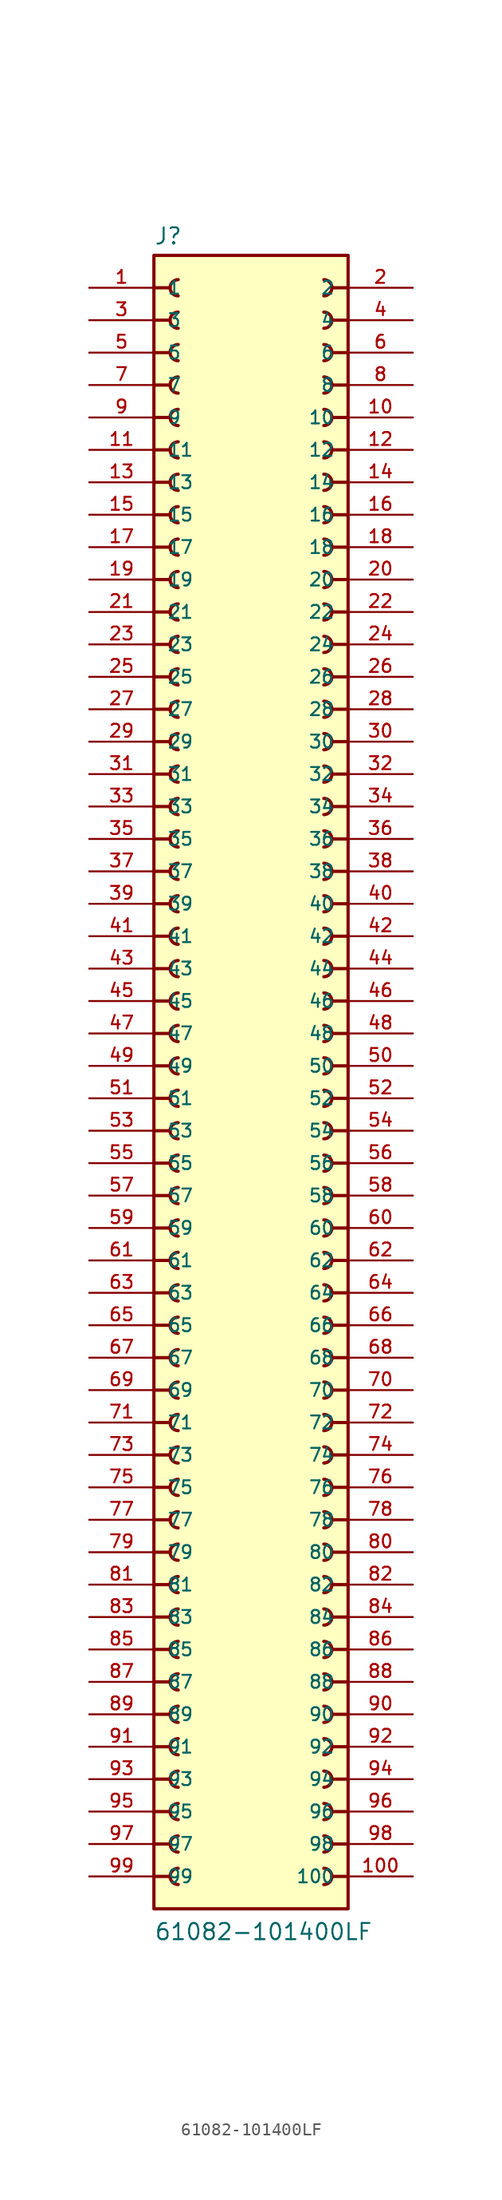
<source format=kicad_sym>
(kicad_symbol_lib
  (version 20241209)
  (generator "kicad_symbol_editor")
  (generator_version "9.0")
  (symbol "61082-101400LF"
    (pin_names
      (offset 1.016))
    (property "Reference" "J"
      (at -7.62 66.802 0)
      (effects (font (size 1.27 1.27)) (justify left bottom)))
    (property "Value" "61082-101400LF"
      (at -7.62 -66.04 0)
      (effects (font (size 1.27 1.27)) (justify left bottom)))
    (symbol "61082-101400LF_0_0"
      (polyline (pts (xy -7.62 63.5) (xy -6.35 63.5)) (stroke (width 0.254) (type default)) (fill (type none)))
      (polyline (pts (xy -7.62 60.96) (xy -6.35 60.96)) (stroke (width 0.254) (type default)) (fill (type none)))
      (polyline (pts (xy -7.62 58.42) (xy -6.35 58.42)) (stroke (width 0.254) (type default)) (fill (type none)))
      (polyline (pts (xy -7.62 55.88) (xy -6.35 55.88)) (stroke (width 0.254) (type default)) (fill (type none)))
      (polyline (pts (xy -7.62 53.34) (xy -6.35 53.34)) (stroke (width 0.254) (type default)) (fill (type none)))
      (polyline (pts (xy -7.62 50.8) (xy -6.35 50.8)) (stroke (width 0.254) (type default)) (fill (type none)))
      (polyline (pts (xy -7.62 48.26) (xy -6.35 48.26)) (stroke (width 0.254) (type default)) (fill (type none)))
      (polyline (pts (xy -7.62 45.72) (xy -6.35 45.72)) (stroke (width 0.254) (type default)) (fill (type none)))
      (polyline (pts (xy -7.62 43.18) (xy -6.35 43.18)) (stroke (width 0.254) (type default)) (fill (type none)))
      (polyline (pts (xy -7.62 40.64) (xy -6.35 40.64)) (stroke (width 0.254) (type default)) (fill (type none)))
      (polyline (pts (xy -7.62 38.1) (xy -6.35 38.1)) (stroke (width 0.254) (type default)) (fill (type none)))
      (polyline (pts (xy -7.62 35.56) (xy -6.35 35.56)) (stroke (width 0.254) (type default)) (fill (type none)))
      (polyline (pts (xy -7.62 33.02) (xy -6.35 33.02)) (stroke (width 0.254) (type default)) (fill (type none)))
      (polyline (pts (xy -7.62 30.48) (xy -6.35 30.48)) (stroke (width 0.254) (type default)) (fill (type none)))
      (polyline (pts (xy -7.62 27.94) (xy -6.35 27.94)) (stroke (width 0.254) (type default)) (fill (type none)))
      (polyline (pts (xy -7.62 25.4) (xy -6.35 25.4)) (stroke (width 0.254) (type default)) (fill (type none)))
      (polyline (pts (xy -7.62 22.86) (xy -6.35 22.86)) (stroke (width 0.254) (type default)) (fill (type none)))
      (polyline (pts (xy -7.62 20.32) (xy -6.35 20.32)) (stroke (width 0.254) (type default)) (fill (type none)))
      (polyline (pts (xy -7.62 17.78) (xy -6.35 17.78)) (stroke (width 0.254) (type default)) (fill (type none)))
      (polyline (pts (xy -7.62 15.24) (xy -6.35 15.24)) (stroke (width 0.254) (type default)) (fill (type none)))
      (polyline (pts (xy -7.62 12.7) (xy -6.35 12.7)) (stroke (width 0.254) (type default)) (fill (type none)))
      (polyline (pts (xy -7.62 10.16) (xy -6.35 10.16)) (stroke (width 0.254) (type default)) (fill (type none)))
      (polyline (pts (xy -7.62 7.62) (xy -6.35 7.62)) (stroke (width 0.254) (type default)) (fill (type none)))
      (polyline (pts (xy -7.62 5.08) (xy -6.35 5.08)) (stroke (width 0.254) (type default)) (fill (type none)))
      (polyline (pts (xy -7.62 2.54) (xy -6.35 2.54)) (stroke (width 0.254) (type default)) (fill (type none)))
      (polyline (pts (xy -7.62 0) (xy -6.35 0)) (stroke (width 0.254) (type default)) (fill (type none)))
      (polyline (pts (xy -7.62 -2.54) (xy -6.35 -2.54)) (stroke (width 0.254) (type default)) (fill (type none)))
      (polyline (pts (xy -7.62 -5.08) (xy -6.35 -5.08)) (stroke (width 0.254) (type default)) (fill (type none)))
      (polyline (pts (xy -7.62 -7.62) (xy -6.35 -7.62)) (stroke (width 0.254) (type default)) (fill (type none)))
      (polyline (pts (xy -7.62 -10.16) (xy -6.35 -10.16)) (stroke (width 0.254) (type default)) (fill (type none)))
      (polyline (pts (xy -7.62 -12.7) (xy -6.35 -12.7)) (stroke (width 0.254) (type default)) (fill (type none)))
      (polyline (pts (xy -7.62 -15.24) (xy -6.35 -15.24)) (stroke (width 0.254) (type default)) (fill (type none)))
      (polyline (pts (xy -7.62 -17.78) (xy -6.35 -17.78)) (stroke (width 0.254) (type default)) (fill (type none)))
      (polyline (pts (xy -7.62 -20.32) (xy -6.35 -20.32)) (stroke (width 0.254) (type default)) (fill (type none)))
      (polyline (pts (xy -7.62 -22.86) (xy -6.35 -22.86)) (stroke (width 0.254) (type default)) (fill (type none)))
      (polyline (pts (xy -7.62 -25.4) (xy -6.35 -25.4)) (stroke (width 0.254) (type default)) (fill (type none)))
      (polyline (pts (xy -7.62 -27.94) (xy -6.35 -27.94)) (stroke (width 0.254) (type default)) (fill (type none)))
      (polyline (pts (xy -7.62 -30.48) (xy -6.35 -30.48)) (stroke (width 0.254) (type default)) (fill (type none)))
      (polyline (pts (xy -7.62 -33.02) (xy -6.35 -33.02)) (stroke (width 0.254) (type default)) (fill (type none)))
      (polyline (pts (xy -7.62 -35.56) (xy -6.35 -35.56)) (stroke (width 0.254) (type default)) (fill (type none)))
      (polyline (pts (xy -7.62 -38.1) (xy -6.35 -38.1)) (stroke (width 0.254) (type default)) (fill (type none)))
      (polyline (pts (xy -7.62 -40.64) (xy -6.35 -40.64)) (stroke (width 0.254) (type default)) (fill (type none)))
      (polyline (pts (xy -7.62 -43.18) (xy -6.35 -43.18)) (stroke (width 0.254) (type default)) (fill (type none)))
      (polyline (pts (xy -7.62 -45.72) (xy -6.35 -45.72)) (stroke (width 0.254) (type default)) (fill (type none)))
      (polyline (pts (xy -7.62 -48.26) (xy -6.35 -48.26)) (stroke (width 0.254) (type default)) (fill (type none)))
      (polyline (pts (xy -7.62 -50.8) (xy -6.35 -50.8)) (stroke (width 0.254) (type default)) (fill (type none)))
      (polyline (pts (xy -7.62 -53.34) (xy -6.35 -53.34)) (stroke (width 0.254) (type default)) (fill (type none)))
      (polyline (pts (xy -7.62 -55.88) (xy -6.35 -55.88)) (stroke (width 0.254) (type default)) (fill (type none)))
      (polyline (pts (xy -7.62 -58.42) (xy -6.35 -58.42)) (stroke (width 0.254) (type default)) (fill (type none)))
      (polyline (pts (xy -7.62 -60.96) (xy -6.35 -60.96)) (stroke (width 0.254) (type default)) (fill (type none)))
      (rectangle (start -7.62 -63.5) (end 7.62 66.04) (stroke (width 0.254) (type default)) (fill (type background)))
      (arc (start -6.35 -35.56) (mid -6.164 -35.111) (end -5.715 -34.925) (stroke (width 0.254) (type default)) (fill (type none)))
      (arc (start -5.715 -36.195) (mid -6.164 -36.009) (end -6.35 -35.56) (stroke (width 0.254) (type default)) (fill (type none)))
      (arc (start -6.35 -60.96) (mid -6.164 -60.511) (end -5.715 -60.325) (stroke (width 0.254) (type default)) (fill (type none)))
      (arc (start -5.715 -61.595) (mid -6.164 -61.409) (end -6.35 -60.96) (stroke (width 0.254) (type default)) (fill (type none)))
      (arc (start -5.715 62.865) (mid -6.3472 63.5) (end -5.715 64.135) (stroke (width 0.254) (type default)) (fill (type none)))
      (arc (start -5.715 60.325) (mid -6.3472 60.96) (end -5.715 61.595) (stroke (width 0.254) (type default)) (fill (type none)))
      (arc (start -5.715 57.785) (mid -6.3472 58.42) (end -5.715 59.055) (stroke (width 0.254) (type default)) (fill (type none)))
      (arc (start -5.715 55.245) (mid -6.3472 55.88) (end -5.715 56.515) (stroke (width 0.254) (type default)) (fill (type none)))
      (arc (start -5.715 52.705) (mid -6.3472 53.34) (end -5.715 53.975) (stroke (width 0.254) (type default)) (fill (type none)))
      (arc (start -5.715 50.165) (mid -6.3472 50.8) (end -5.715 51.435) (stroke (width 0.254) (type default)) (fill (type none)))
      (arc (start -5.715 47.625) (mid -6.3472 48.26) (end -5.715 48.895) (stroke (width 0.254) (type default)) (fill (type none)))
      (arc (start -5.715 45.085) (mid -6.3472 45.72) (end -5.715 46.355) (stroke (width 0.254) (type default)) (fill (type none)))
      (arc (start -5.715 42.545) (mid -6.3472 43.18) (end -5.715 43.815) (stroke (width 0.254) (type default)) (fill (type none)))
      (arc (start -5.715 40.005) (mid -6.3472 40.64) (end -5.715 41.275) (stroke (width 0.254) (type default)) (fill (type none)))
      (arc (start -5.715 37.465) (mid -6.3472 38.1) (end -5.715 38.735) (stroke (width 0.254) (type default)) (fill (type none)))
      (arc (start -5.715 34.925) (mid -6.3472 35.56) (end -5.715 36.195) (stroke (width 0.254) (type default)) (fill (type none)))
      (arc (start -5.715 32.385) (mid -6.3472 33.02) (end -5.715 33.655) (stroke (width 0.254) (type default)) (fill (type none)))
      (arc (start -5.715 29.845) (mid -6.3472 30.48) (end -5.715 31.115) (stroke (width 0.254) (type default)) (fill (type none)))
      (arc (start -5.715 27.305) (mid -6.3472 27.94) (end -5.715 28.575) (stroke (width 0.254) (type default)) (fill (type none)))
      (arc (start -5.715 24.765) (mid -6.3472 25.4) (end -5.715 26.035) (stroke (width 0.254) (type default)) (fill (type none)))
      (arc (start -5.715 22.225) (mid -6.3472 22.86) (end -5.715 23.495) (stroke (width 0.254) (type default)) (fill (type none)))
      (arc (start -5.715 19.685) (mid -6.3472 20.32) (end -5.715 20.955) (stroke (width 0.254) (type default)) (fill (type none)))
      (arc (start -5.715 17.145) (mid -6.3472 17.78) (end -5.715 18.415) (stroke (width 0.254) (type default)) (fill (type none)))
      (arc (start -5.715 14.605) (mid -6.3472 15.24) (end -5.715 15.875) (stroke (width 0.254) (type default)) (fill (type none)))
      (arc (start -5.715 12.065) (mid -6.3472 12.7) (end -5.715 13.335) (stroke (width 0.254) (type default)) (fill (type none)))
      (arc (start -5.715 9.525) (mid -6.3472 10.16) (end -5.715 10.795) (stroke (width 0.254) (type default)) (fill (type none)))
      (arc (start -5.715 6.985) (mid -6.3472 7.62) (end -5.715 8.255) (stroke (width 0.254) (type default)) (fill (type none)))
      (arc (start -5.715 4.445) (mid -6.3472 5.08) (end -5.715 5.715) (stroke (width 0.254) (type default)) (fill (type none)))
      (arc (start -5.715 1.905) (mid -6.3472 2.54) (end -5.715 3.175) (stroke (width 0.254) (type default)) (fill (type none)))
      (arc (start -5.715 -0.635) (mid -6.3472 0) (end -5.715 0.635) (stroke (width 0.254) (type default)) (fill (type none)))
      (arc (start -5.715 -3.175) (mid -6.3472 -2.54) (end -5.715 -1.905) (stroke (width 0.254) (type default)) (fill (type none)))
      (arc (start -5.715 -5.715) (mid -6.3472 -5.08) (end -5.715 -4.445) (stroke (width 0.254) (type default)) (fill (type none)))
      (arc (start -5.715 -8.255) (mid -6.3472 -7.62) (end -5.715 -6.985) (stroke (width 0.254) (type default)) (fill (type none)))
      (arc (start -5.715 -10.795) (mid -6.3472 -10.16) (end -5.715 -9.525) (stroke (width 0.254) (type default)) (fill (type none)))
      (arc (start -5.715 -13.335) (mid -6.3472 -12.7) (end -5.715 -12.065) (stroke (width 0.254) (type default)) (fill (type none)))
      (arc (start -5.715 -15.875) (mid -6.3472 -15.24) (end -5.715 -14.605) (stroke (width 0.254) (type default)) (fill (type none)))
      (arc (start -5.715 -18.415) (mid -6.3472 -17.78) (end -5.715 -17.145) (stroke (width 0.254) (type default)) (fill (type none)))
      (arc (start -5.715 -20.955) (mid -6.3472 -20.32) (end -5.715 -19.685) (stroke (width 0.254) (type default)) (fill (type none)))
      (arc (start -5.715 -23.495) (mid -6.3472 -22.86) (end -5.715 -22.225) (stroke (width 0.254) (type default)) (fill (type none)))
      (arc (start -5.715 -26.035) (mid -6.3472 -25.4) (end -5.715 -24.765) (stroke (width 0.254) (type default)) (fill (type none)))
      (arc (start -5.715 -28.575) (mid -6.3472 -27.94) (end -5.715 -27.305) (stroke (width 0.254) (type default)) (fill (type none)))
      (arc (start -5.715 -31.115) (mid -6.3472 -30.48) (end -5.715 -29.845) (stroke (width 0.254) (type default)) (fill (type none)))
      (arc (start -5.715 -33.655) (mid -6.3472 -33.02) (end -5.715 -32.385) (stroke (width 0.254) (type default)) (fill (type none)))
      (arc (start -5.715 -38.735) (mid -6.3472 -38.1) (end -5.715 -37.465) (stroke (width 0.254) (type default)) (fill (type none)))
      (arc (start -5.715 -41.275) (mid -6.3472 -40.64) (end -5.715 -40.005) (stroke (width 0.254) (type default)) (fill (type none)))
      (arc (start -5.715 -43.815) (mid -6.3472 -43.18) (end -5.715 -42.545) (stroke (width 0.254) (type default)) (fill (type none)))
      (arc (start -5.715 -46.355) (mid -6.3472 -45.72) (end -5.715 -45.085) (stroke (width 0.254) (type default)) (fill (type none)))
      (arc (start -5.715 -48.895) (mid -6.3472 -48.26) (end -5.715 -47.625) (stroke (width 0.254) (type default)) (fill (type none)))
      (arc (start -5.715 -51.435) (mid -6.3472 -50.8) (end -5.715 -50.165) (stroke (width 0.254) (type default)) (fill (type none)))
      (arc (start -5.715 -53.975) (mid -6.3472 -53.34) (end -5.715 -52.705) (stroke (width 0.254) (type default)) (fill (type none)))
      (arc (start -5.715 -56.515) (mid -6.3472 -55.88) (end -5.715 -55.245) (stroke (width 0.254) (type default)) (fill (type none)))
      (arc (start -5.715 -59.055) (mid -6.3472 -58.42) (end -5.715 -57.785) (stroke (width 0.254) (type default)) (fill (type none)))
      (arc (start 5.715 64.135) (mid 6.3472 63.5) (end 5.715 62.865) (stroke (width 0.254) (type default)) (fill (type none)))
      (arc (start 5.715 61.595) (mid 6.3472 60.96) (end 5.715 60.325) (stroke (width 0.254) (type default)) (fill (type none)))
      (arc (start 5.715 59.055) (mid 6.3472 58.42) (end 5.715 57.785) (stroke (width 0.254) (type default)) (fill (type none)))
      (arc (start 5.715 56.515) (mid 6.3472 55.88) (end 5.715 55.245) (stroke (width 0.254) (type default)) (fill (type none)))
      (arc (start 5.715 53.975) (mid 6.3472 53.34) (end 5.715 52.705) (stroke (width 0.254) (type default)) (fill (type none)))
      (arc (start 5.715 51.435) (mid 6.3472 50.8) (end 5.715 50.165) (stroke (width 0.254) (type default)) (fill (type none)))
      (arc (start 5.715 48.895) (mid 6.3472 48.26) (end 5.715 47.625) (stroke (width 0.254) (type default)) (fill (type none)))
      (arc (start 5.715 46.355) (mid 6.3472 45.72) (end 5.715 45.085) (stroke (width 0.254) (type default)) (fill (type none)))
      (arc (start 5.715 43.815) (mid 6.3472 43.18) (end 5.715 42.545) (stroke (width 0.254) (type default)) (fill (type none)))
      (arc (start 5.715 41.275) (mid 6.3472 40.64) (end 5.715 40.005) (stroke (width 0.254) (type default)) (fill (type none)))
      (arc (start 5.715 38.735) (mid 6.3472 38.1) (end 5.715 37.465) (stroke (width 0.254) (type default)) (fill (type none)))
      (arc (start 5.715 36.195) (mid 6.3472 35.56) (end 5.715 34.925) (stroke (width 0.254) (type default)) (fill (type none)))
      (arc (start 5.715 33.655) (mid 6.3472 33.02) (end 5.715 32.385) (stroke (width 0.254) (type default)) (fill (type none)))
      (arc (start 5.715 31.115) (mid 6.3472 30.48) (end 5.715 29.845) (stroke (width 0.254) (type default)) (fill (type none)))
      (arc (start 5.715 28.575) (mid 6.3472 27.94) (end 5.715 27.305) (stroke (width 0.254) (type default)) (fill (type none)))
      (arc (start 5.715 26.035) (mid 6.3472 25.4) (end 5.715 24.765) (stroke (width 0.254) (type default)) (fill (type none)))
      (arc (start 5.715 23.495) (mid 6.3472 22.86) (end 5.715 22.225) (stroke (width 0.254) (type default)) (fill (type none)))
      (arc (start 5.715 20.955) (mid 6.3472 20.32) (end 5.715 19.685) (stroke (width 0.254) (type default)) (fill (type none)))
      (arc (start 5.715 18.415) (mid 6.3472 17.78) (end 5.715 17.145) (stroke (width 0.254) (type default)) (fill (type none)))
      (arc (start 5.715 15.875) (mid 6.3472 15.24) (end 5.715 14.605) (stroke (width 0.254) (type default)) (fill (type none)))
      (arc (start 5.715 13.335) (mid 6.3472 12.7) (end 5.715 12.065) (stroke (width 0.254) (type default)) (fill (type none)))
      (arc (start 5.715 10.795) (mid 6.3472 10.16) (end 5.715 9.525) (stroke (width 0.254) (type default)) (fill (type none)))
      (arc (start 5.715 8.255) (mid 6.3472 7.62) (end 5.715 6.985) (stroke (width 0.254) (type default)) (fill (type none)))
      (arc (start 5.715 5.715) (mid 6.3472 5.08) (end 5.715 4.445) (stroke (width 0.254) (type default)) (fill (type none)))
      (arc (start 5.715 3.175) (mid 6.3472 2.54) (end 5.715 1.905) (stroke (width 0.254) (type default)) (fill (type none)))
      (arc (start 5.715 0.635) (mid 6.3472 0) (end 5.715 -0.635) (stroke (width 0.254) (type default)) (fill (type none)))
      (arc (start 5.715 -1.905) (mid 6.3472 -2.54) (end 5.715 -3.175) (stroke (width 0.254) (type default)) (fill (type none)))
      (arc (start 5.715 -4.445) (mid 6.3472 -5.08) (end 5.715 -5.715) (stroke (width 0.254) (type default)) (fill (type none)))
      (arc (start 5.715 -6.985) (mid 6.3472 -7.62) (end 5.715 -8.255) (stroke (width 0.254) (type default)) (fill (type none)))
      (arc (start 5.715 -9.525) (mid 6.3472 -10.16) (end 5.715 -10.795) (stroke (width 0.254) (type default)) (fill (type none)))
      (arc (start 5.715 -12.065) (mid 6.3472 -12.7) (end 5.715 -13.335) (stroke (width 0.254) (type default)) (fill (type none)))
      (arc (start 5.715 -14.605) (mid 6.3472 -15.24) (end 5.715 -15.875) (stroke (width 0.254) (type default)) (fill (type none)))
      (arc (start 5.715 -17.145) (mid 6.3472 -17.78) (end 5.715 -18.415) (stroke (width 0.254) (type default)) (fill (type none)))
      (arc (start 5.715 -19.685) (mid 6.3472 -20.32) (end 5.715 -20.955) (stroke (width 0.254) (type default)) (fill (type none)))
      (arc (start 5.715 -22.225) (mid 6.3472 -22.86) (end 5.715 -23.495) (stroke (width 0.254) (type default)) (fill (type none)))
      (arc (start 5.715 -24.765) (mid 6.3472 -25.4) (end 5.715 -26.035) (stroke (width 0.254) (type default)) (fill (type none)))
      (arc (start 5.715 -27.305) (mid 6.3472 -27.94) (end 5.715 -28.575) (stroke (width 0.254) (type default)) (fill (type none)))
      (arc (start 5.715 -29.845) (mid 6.3472 -30.48) (end 5.715 -31.115) (stroke (width 0.254) (type default)) (fill (type none)))
      (arc (start 5.715 -32.385) (mid 6.3472 -33.02) (end 5.715 -33.655) (stroke (width 0.254) (type default)) (fill (type none)))
      (arc (start 5.715 -37.465) (mid 6.3472 -38.1) (end 5.715 -38.735) (stroke (width 0.254) (type default)) (fill (type none)))
      (arc (start 5.715 -40.005) (mid 6.3472 -40.64) (end 5.715 -41.275) (stroke (width 0.254) (type default)) (fill (type none)))
      (arc (start 5.715 -42.545) (mid 6.3472 -43.18) (end 5.715 -43.815) (stroke (width 0.254) (type default)) (fill (type none)))
      (arc (start 5.715 -45.085) (mid 6.3472 -45.72) (end 5.715 -46.355) (stroke (width 0.254) (type default)) (fill (type none)))
      (arc (start 5.715 -47.625) (mid 6.3472 -48.26) (end 5.715 -48.895) (stroke (width 0.254) (type default)) (fill (type none)))
      (arc (start 5.715 -50.165) (mid 6.3472 -50.8) (end 5.715 -51.435) (stroke (width 0.254) (type default)) (fill (type none)))
      (arc (start 5.715 -52.705) (mid 6.3472 -53.34) (end 5.715 -53.975) (stroke (width 0.254) (type default)) (fill (type none)))
      (arc (start 5.715 -55.245) (mid 6.3472 -55.88) (end 5.715 -56.515) (stroke (width 0.254) (type default)) (fill (type none)))
      (arc (start 5.715 -57.785) (mid 6.3472 -58.42) (end 5.715 -59.055) (stroke (width 0.254) (type default)) (fill (type none)))
      (arc (start 5.715 -34.925) (mid 6.164 -35.111) (end 6.35 -35.56) (stroke (width 0.254) (type default)) (fill (type none)))
      (arc (start 6.35 -35.56) (mid 6.164 -36.009) (end 5.715 -36.195) (stroke (width 0.254) (type default)) (fill (type none)))
      (arc (start 5.715 -60.325) (mid 6.164 -60.511) (end 6.35 -60.96) (stroke (width 0.254) (type default)) (fill (type none)))
      (arc (start 6.35 -60.96) (mid 6.164 -61.409) (end 5.715 -61.595) (stroke (width 0.254) (type default)) (fill (type none)))
      (polyline (pts (xy 7.62 63.5) (xy 6.35 63.5)) (stroke (width 0.254) (type default)) (fill (type none)))
      (polyline (pts (xy 7.62 60.96) (xy 6.35 60.96)) (stroke (width 0.254) (type default)) (fill (type none)))
      (polyline (pts (xy 7.62 58.42) (xy 6.35 58.42)) (stroke (width 0.254) (type default)) (fill (type none)))
      (polyline (pts (xy 7.62 55.88) (xy 6.35 55.88)) (stroke (width 0.254) (type default)) (fill (type none)))
      (polyline (pts (xy 7.62 53.34) (xy 6.35 53.34)) (stroke (width 0.254) (type default)) (fill (type none)))
      (polyline (pts (xy 7.62 50.8) (xy 6.35 50.8)) (stroke (width 0.254) (type default)) (fill (type none)))
      (polyline (pts (xy 7.62 48.26) (xy 6.35 48.26)) (stroke (width 0.254) (type default)) (fill (type none)))
      (polyline (pts (xy 7.62 45.72) (xy 6.35 45.72)) (stroke (width 0.254) (type default)) (fill (type none)))
      (polyline (pts (xy 7.62 43.18) (xy 6.35 43.18)) (stroke (width 0.254) (type default)) (fill (type none)))
      (polyline (pts (xy 7.62 40.64) (xy 6.35 40.64)) (stroke (width 0.254) (type default)) (fill (type none)))
      (polyline (pts (xy 7.62 38.1) (xy 6.35 38.1)) (stroke (width 0.254) (type default)) (fill (type none)))
      (polyline (pts (xy 7.62 35.56) (xy 6.35 35.56)) (stroke (width 0.254) (type default)) (fill (type none)))
      (polyline (pts (xy 7.62 33.02) (xy 6.35 33.02)) (stroke (width 0.254) (type default)) (fill (type none)))
      (polyline (pts (xy 7.62 30.48) (xy 6.35 30.48)) (stroke (width 0.254) (type default)) (fill (type none)))
      (polyline (pts (xy 7.62 27.94) (xy 6.35 27.94)) (stroke (width 0.254) (type default)) (fill (type none)))
      (polyline (pts (xy 7.62 25.4) (xy 6.35 25.4)) (stroke (width 0.254) (type default)) (fill (type none)))
      (polyline (pts (xy 7.62 22.86) (xy 6.35 22.86)) (stroke (width 0.254) (type default)) (fill (type none)))
      (polyline (pts (xy 7.62 20.32) (xy 6.35 20.32)) (stroke (width 0.254) (type default)) (fill (type none)))
      (polyline (pts (xy 7.62 17.78) (xy 6.35 17.78)) (stroke (width 0.254) (type default)) (fill (type none)))
      (polyline (pts (xy 7.62 15.24) (xy 6.35 15.24)) (stroke (width 0.254) (type default)) (fill (type none)))
      (polyline (pts (xy 7.62 12.7) (xy 6.35 12.7)) (stroke (width 0.254) (type default)) (fill (type none)))
      (polyline (pts (xy 7.62 10.16) (xy 6.35 10.16)) (stroke (width 0.254) (type default)) (fill (type none)))
      (polyline (pts (xy 7.62 7.62) (xy 6.35 7.62)) (stroke (width 0.254) (type default)) (fill (type none)))
      (polyline (pts (xy 7.62 5.08) (xy 6.35 5.08)) (stroke (width 0.254) (type default)) (fill (type none)))
      (polyline (pts (xy 7.62 2.54) (xy 6.35 2.54)) (stroke (width 0.254) (type default)) (fill (type none)))
      (polyline (pts (xy 7.62 0) (xy 6.35 0)) (stroke (width 0.254) (type default)) (fill (type none)))
      (polyline (pts (xy 7.62 -2.54) (xy 6.35 -2.54)) (stroke (width 0.254) (type default)) (fill (type none)))
      (polyline (pts (xy 7.62 -5.08) (xy 6.35 -5.08)) (stroke (width 0.254) (type default)) (fill (type none)))
      (polyline (pts (xy 7.62 -7.62) (xy 6.35 -7.62)) (stroke (width 0.254) (type default)) (fill (type none)))
      (polyline (pts (xy 7.62 -10.16) (xy 6.35 -10.16)) (stroke (width 0.254) (type default)) (fill (type none)))
      (polyline (pts (xy 7.62 -12.7) (xy 6.35 -12.7)) (stroke (width 0.254) (type default)) (fill (type none)))
      (polyline (pts (xy 7.62 -15.24) (xy 6.35 -15.24)) (stroke (width 0.254) (type default)) (fill (type none)))
      (polyline (pts (xy 7.62 -17.78) (xy 6.35 -17.78)) (stroke (width 0.254) (type default)) (fill (type none)))
      (polyline (pts (xy 7.62 -20.32) (xy 6.35 -20.32)) (stroke (width 0.254) (type default)) (fill (type none)))
      (polyline (pts (xy 7.62 -22.86) (xy 6.35 -22.86)) (stroke (width 0.254) (type default)) (fill (type none)))
      (polyline (pts (xy 7.62 -25.4) (xy 6.35 -25.4)) (stroke (width 0.254) (type default)) (fill (type none)))
      (polyline (pts (xy 7.62 -27.94) (xy 6.35 -27.94)) (stroke (width 0.254) (type default)) (fill (type none)))
      (polyline (pts (xy 7.62 -30.48) (xy 6.35 -30.48)) (stroke (width 0.254) (type default)) (fill (type none)))
      (polyline (pts (xy 7.62 -33.02) (xy 6.35 -33.02)) (stroke (width 0.254) (type default)) (fill (type none)))
      (polyline (pts (xy 7.62 -35.56) (xy 6.35 -35.56)) (stroke (width 0.254) (type default)) (fill (type none)))
      (polyline (pts (xy 7.62 -38.1) (xy 6.35 -38.1)) (stroke (width 0.254) (type default)) (fill (type none)))
      (polyline (pts (xy 7.62 -40.64) (xy 6.35 -40.64)) (stroke (width 0.254) (type default)) (fill (type none)))
      (polyline (pts (xy 7.62 -43.18) (xy 6.35 -43.18)) (stroke (width 0.254) (type default)) (fill (type none)))
      (polyline (pts (xy 7.62 -45.72) (xy 6.35 -45.72)) (stroke (width 0.254) (type default)) (fill (type none)))
      (polyline (pts (xy 7.62 -48.26) (xy 6.35 -48.26)) (stroke (width 0.254) (type default)) (fill (type none)))
      (polyline (pts (xy 7.62 -50.8) (xy 6.35 -50.8)) (stroke (width 0.254) (type default)) (fill (type none)))
      (polyline (pts (xy 7.62 -53.34) (xy 6.35 -53.34)) (stroke (width 0.254) (type default)) (fill (type none)))
      (polyline (pts (xy 7.62 -55.88) (xy 6.35 -55.88)) (stroke (width 0.254) (type default)) (fill (type none)))
      (polyline (pts (xy 7.62 -58.42) (xy 6.35 -58.42)) (stroke (width 0.254) (type default)) (fill (type none)))
      (polyline (pts (xy 7.62 -60.96) (xy 6.35 -60.96)) (stroke (width 0.254) (type default)) (fill (type none)))
      (pin passive line (at -12.7 63.5 0) (length 5.08) (name "1" (effects (font (size 1.016 1.016)))) (number "1" (effects (font (size 1.016 1.016)))))
      (pin passive line (at -12.7 60.96 0) (length 5.08) (name "3" (effects (font (size 1.016 1.016)))) (number "3" (effects (font (size 1.016 1.016)))))
      (pin passive line (at -12.7 58.42 0) (length 5.08) (name "5" (effects (font (size 1.016 1.016)))) (number "5" (effects (font (size 1.016 1.016)))))
      (pin passive line (at -12.7 55.88 0) (length 5.08) (name "7" (effects (font (size 1.016 1.016)))) (number "7" (effects (font (size 1.016 1.016)))))
      (pin passive line (at -12.7 53.34 0) (length 5.08) (name "9" (effects (font (size 1.016 1.016)))) (number "9" (effects (font (size 1.016 1.016)))))
      (pin passive line (at -12.7 50.8 0) (length 5.08) (name "11" (effects (font (size 1.016 1.016)))) (number "11" (effects (font (size 1.016 1.016)))))
      (pin passive line (at -12.7 48.26 0) (length 5.08) (name "13" (effects (font (size 1.016 1.016)))) (number "13" (effects (font (size 1.016 1.016)))))
      (pin passive line (at -12.7 45.72 0) (length 5.08) (name "15" (effects (font (size 1.016 1.016)))) (number "15" (effects (font (size 1.016 1.016)))))
      (pin passive line (at -12.7 43.18 0) (length 5.08) (name "17" (effects (font (size 1.016 1.016)))) (number "17" (effects (font (size 1.016 1.016)))))
      (pin passive line (at -12.7 40.64 0) (length 5.08) (name "19" (effects (font (size 1.016 1.016)))) (number "19" (effects (font (size 1.016 1.016)))))
      (pin passive line (at -12.7 38.1 0) (length 5.08) (name "21" (effects (font (size 1.016 1.016)))) (number "21" (effects (font (size 1.016 1.016)))))
      (pin passive line (at -12.7 35.56 0) (length 5.08) (name "23" (effects (font (size 1.016 1.016)))) (number "23" (effects (font (size 1.016 1.016)))))
      (pin passive line (at -12.7 33.02 0) (length 5.08) (name "25" (effects (font (size 1.016 1.016)))) (number "25" (effects (font (size 1.016 1.016)))))
      (pin passive line (at -12.7 30.48 0) (length 5.08) (name "27" (effects (font (size 1.016 1.016)))) (number "27" (effects (font (size 1.016 1.016)))))
      (pin passive line (at -12.7 27.94 0) (length 5.08) (name "29" (effects (font (size 1.016 1.016)))) (number "29" (effects (font (size 1.016 1.016)))))
      (pin passive line (at -12.7 25.4 0) (length 5.08) (name "31" (effects (font (size 1.016 1.016)))) (number "31" (effects (font (size 1.016 1.016)))))
      (pin passive line (at -12.7 22.86 0) (length 5.08) (name "33" (effects (font (size 1.016 1.016)))) (number "33" (effects (font (size 1.016 1.016)))))
      (pin passive line (at -12.7 20.32 0) (length 5.08) (name "35" (effects (font (size 1.016 1.016)))) (number "35" (effects (font (size 1.016 1.016)))))
      (pin passive line (at -12.7 17.78 0) (length 5.08) (name "37" (effects (font (size 1.016 1.016)))) (number "37" (effects (font (size 1.016 1.016)))))
      (pin passive line (at -12.7 15.24 0) (length 5.08) (name "39" (effects (font (size 1.016 1.016)))) (number "39" (effects (font (size 1.016 1.016)))))
      (pin passive line (at -12.7 12.7 0) (length 5.08) (name "41" (effects (font (size 1.016 1.016)))) (number "41" (effects (font (size 1.016 1.016)))))
      (pin passive line (at -12.7 10.16 0) (length 5.08) (name "43" (effects (font (size 1.016 1.016)))) (number "43" (effects (font (size 1.016 1.016)))))
      (pin passive line (at -12.7 7.62 0) (length 5.08) (name "45" (effects (font (size 1.016 1.016)))) (number "45" (effects (font (size 1.016 1.016)))))
      (pin passive line (at -12.7 5.08 0) (length 5.08) (name "47" (effects (font (size 1.016 1.016)))) (number "47" (effects (font (size 1.016 1.016)))))
      (pin passive line (at -12.7 2.54 0) (length 5.08) (name "49" (effects (font (size 1.016 1.016)))) (number "49" (effects (font (size 1.016 1.016)))))
      (pin passive line (at -12.7 0 0) (length 5.08) (name "51" (effects (font (size 1.016 1.016)))) (number "51" (effects (font (size 1.016 1.016)))))
      (pin passive line (at -12.7 -2.54 0) (length 5.08) (name "53" (effects (font (size 1.016 1.016)))) (number "53" (effects (font (size 1.016 1.016)))))
      (pin passive line (at -12.7 -5.08 0) (length 5.08) (name "55" (effects (font (size 1.016 1.016)))) (number "55" (effects (font (size 1.016 1.016)))))
      (pin passive line (at -12.7 -7.62 0) (length 5.08) (name "57" (effects (font (size 1.016 1.016)))) (number "57" (effects (font (size 1.016 1.016)))))
      (pin passive line (at -12.7 -10.16 0) (length 5.08) (name "59" (effects (font (size 1.016 1.016)))) (number "59" (effects (font (size 1.016 1.016)))))
      (pin passive line (at -12.7 -12.7 0) (length 5.08) (name "61" (effects (font (size 1.016 1.016)))) (number "61" (effects (font (size 1.016 1.016)))))
      (pin passive line (at -12.7 -15.24 0) (length 5.08) (name "63" (effects (font (size 1.016 1.016)))) (number "63" (effects (font (size 1.016 1.016)))))
      (pin passive line (at -12.7 -17.78 0) (length 5.08) (name "65" (effects (font (size 1.016 1.016)))) (number "65" (effects (font (size 1.016 1.016)))))
      (pin passive line (at -12.7 -20.32 0) (length 5.08) (name "67" (effects (font (size 1.016 1.016)))) (number "67" (effects (font (size 1.016 1.016)))))
      (pin passive line (at -12.7 -22.86 0) (length 5.08) (name "69" (effects (font (size 1.016 1.016)))) (number "69" (effects (font (size 1.016 1.016)))))
      (pin passive line (at -12.7 -25.4 0) (length 5.08) (name "71" (effects (font (size 1.016 1.016)))) (number "71" (effects (font (size 1.016 1.016)))))
      (pin passive line (at -12.7 -27.94 0) (length 5.08) (name "73" (effects (font (size 1.016 1.016)))) (number "73" (effects (font (size 1.016 1.016)))))
      (pin passive line (at -12.7 -30.48 0) (length 5.08) (name "75" (effects (font (size 1.016 1.016)))) (number "75" (effects (font (size 1.016 1.016)))))
      (pin passive line (at -12.7 -33.02 0) (length 5.08) (name "77" (effects (font (size 1.016 1.016)))) (number "77" (effects (font (size 1.016 1.016)))))
      (pin passive line (at -12.7 -35.56 0) (length 5.08) (name "79" (effects (font (size 1.016 1.016)))) (number "79" (effects (font (size 1.016 1.016)))))
      (pin passive line (at -12.7 -38.1 0) (length 5.08) (name "81" (effects (font (size 1.016 1.016)))) (number "81" (effects (font (size 1.016 1.016)))))
      (pin passive line (at -12.7 -40.64 0) (length 5.08) (name "83" (effects (font (size 1.016 1.016)))) (number "83" (effects (font (size 1.016 1.016)))))
      (pin passive line (at -12.7 -43.18 0) (length 5.08) (name "85" (effects (font (size 1.016 1.016)))) (number "85" (effects (font (size 1.016 1.016)))))
      (pin passive line (at -12.7 -45.72 0) (length 5.08) (name "87" (effects (font (size 1.016 1.016)))) (number "87" (effects (font (size 1.016 1.016)))))
      (pin passive line (at -12.7 -48.26 0) (length 5.08) (name "89" (effects (font (size 1.016 1.016)))) (number "89" (effects (font (size 1.016 1.016)))))
      (pin passive line (at -12.7 -50.8 0) (length 5.08) (name "91" (effects (font (size 1.016 1.016)))) (number "91" (effects (font (size 1.016 1.016)))))
      (pin passive line (at -12.7 -53.34 0) (length 5.08) (name "93" (effects (font (size 1.016 1.016)))) (number "93" (effects (font (size 1.016 1.016)))))
      (pin passive line (at -12.7 -55.88 0) (length 5.08) (name "95" (effects (font (size 1.016 1.016)))) (number "95" (effects (font (size 1.016 1.016)))))
      (pin passive line (at -12.7 -58.42 0) (length 5.08) (name "97" (effects (font (size 1.016 1.016)))) (number "97" (effects (font (size 1.016 1.016)))))
      (pin passive line (at -12.7 -60.96 0) (length 5.08) (name "99" (effects (font (size 1.016 1.016)))) (number "99" (effects (font (size 1.016 1.016)))))
      (pin passive line (at 12.7 63.5 180) (length 5.08) (name "2" (effects (font (size 1.016 1.016)))) (number "2" (effects (font (size 1.016 1.016)))))
      (pin passive line (at 12.7 60.96 180) (length 5.08) (name "4" (effects (font (size 1.016 1.016)))) (number "4" (effects (font (size 1.016 1.016)))))
      (pin passive line (at 12.7 58.42 180) (length 5.08) (name "6" (effects (font (size 1.016 1.016)))) (number "6" (effects (font (size 1.016 1.016)))))
      (pin passive line (at 12.7 55.88 180) (length 5.08) (name "8" (effects (font (size 1.016 1.016)))) (number "8" (effects (font (size 1.016 1.016)))))
      (pin passive line (at 12.7 53.34 180) (length 5.08) (name "10" (effects (font (size 1.016 1.016)))) (number "10" (effects (font (size 1.016 1.016)))))
      (pin passive line (at 12.7 50.8 180) (length 5.08) (name "12" (effects (font (size 1.016 1.016)))) (number "12" (effects (font (size 1.016 1.016)))))
      (pin passive line (at 12.7 48.26 180) (length 5.08) (name "14" (effects (font (size 1.016 1.016)))) (number "14" (effects (font (size 1.016 1.016)))))
      (pin passive line (at 12.7 45.72 180) (length 5.08) (name "16" (effects (font (size 1.016 1.016)))) (number "16" (effects (font (size 1.016 1.016)))))
      (pin passive line (at 12.7 43.18 180) (length 5.08) (name "18" (effects (font (size 1.016 1.016)))) (number "18" (effects (font (size 1.016 1.016)))))
      (pin passive line (at 12.7 40.64 180) (length 5.08) (name "20" (effects (font (size 1.016 1.016)))) (number "20" (effects (font (size 1.016 1.016)))))
      (pin passive line (at 12.7 38.1 180) (length 5.08) (name "22" (effects (font (size 1.016 1.016)))) (number "22" (effects (font (size 1.016 1.016)))))
      (pin passive line (at 12.7 35.56 180) (length 5.08) (name "24" (effects (font (size 1.016 1.016)))) (number "24" (effects (font (size 1.016 1.016)))))
      (pin passive line (at 12.7 33.02 180) (length 5.08) (name "26" (effects (font (size 1.016 1.016)))) (number "26" (effects (font (size 1.016 1.016)))))
      (pin passive line (at 12.7 30.48 180) (length 5.08) (name "28" (effects (font (size 1.016 1.016)))) (number "28" (effects (font (size 1.016 1.016)))))
      (pin passive line (at 12.7 27.94 180) (length 5.08) (name "30" (effects (font (size 1.016 1.016)))) (number "30" (effects (font (size 1.016 1.016)))))
      (pin passive line (at 12.7 25.4 180) (length 5.08) (name "32" (effects (font (size 1.016 1.016)))) (number "32" (effects (font (size 1.016 1.016)))))
      (pin passive line (at 12.7 22.86 180) (length 5.08) (name "34" (effects (font (size 1.016 1.016)))) (number "34" (effects (font (size 1.016 1.016)))))
      (pin passive line (at 12.7 20.32 180) (length 5.08) (name "36" (effects (font (size 1.016 1.016)))) (number "36" (effects (font (size 1.016 1.016)))))
      (pin passive line (at 12.7 17.78 180) (length 5.08) (name "38" (effects (font (size 1.016 1.016)))) (number "38" (effects (font (size 1.016 1.016)))))
      (pin passive line (at 12.7 15.24 180) (length 5.08) (name "40" (effects (font (size 1.016 1.016)))) (number "40" (effects (font (size 1.016 1.016)))))
      (pin passive line (at 12.7 12.7 180) (length 5.08) (name "42" (effects (font (size 1.016 1.016)))) (number "42" (effects (font (size 1.016 1.016)))))
      (pin passive line (at 12.7 10.16 180) (length 5.08) (name "44" (effects (font (size 1.016 1.016)))) (number "44" (effects (font (size 1.016 1.016)))))
      (pin passive line (at 12.7 7.62 180) (length 5.08) (name "46" (effects (font (size 1.016 1.016)))) (number "46" (effects (font (size 1.016 1.016)))))
      (pin passive line (at 12.7 5.08 180) (length 5.08) (name "48" (effects (font (size 1.016 1.016)))) (number "48" (effects (font (size 1.016 1.016)))))
      (pin passive line (at 12.7 2.54 180) (length 5.08) (name "50" (effects (font (size 1.016 1.016)))) (number "50" (effects (font (size 1.016 1.016)))))
      (pin passive line (at 12.7 0 180) (length 5.08) (name "52" (effects (font (size 1.016 1.016)))) (number "52" (effects (font (size 1.016 1.016)))))
      (pin passive line (at 12.7 -2.54 180) (length 5.08) (name "54" (effects (font (size 1.016 1.016)))) (number "54" (effects (font (size 1.016 1.016)))))
      (pin passive line (at 12.7 -5.08 180) (length 5.08) (name "56" (effects (font (size 1.016 1.016)))) (number "56" (effects (font (size 1.016 1.016)))))
      (pin passive line (at 12.7 -7.62 180) (length 5.08) (name "58" (effects (font (size 1.016 1.016)))) (number "58" (effects (font (size 1.016 1.016)))))
      (pin passive line (at 12.7 -10.16 180) (length 5.08) (name "60" (effects (font (size 1.016 1.016)))) (number "60" (effects (font (size 1.016 1.016)))))
      (pin passive line (at 12.7 -12.7 180) (length 5.08) (name "62" (effects (font (size 1.016 1.016)))) (number "62" (effects (font (size 1.016 1.016)))))
      (pin passive line (at 12.7 -15.24 180) (length 5.08) (name "64" (effects (font (size 1.016 1.016)))) (number "64" (effects (font (size 1.016 1.016)))))
      (pin passive line (at 12.7 -17.78 180) (length 5.08) (name "66" (effects (font (size 1.016 1.016)))) (number "66" (effects (font (size 1.016 1.016)))))
      (pin passive line (at 12.7 -20.32 180) (length 5.08) (name "68" (effects (font (size 1.016 1.016)))) (number "68" (effects (font (size 1.016 1.016)))))
      (pin passive line (at 12.7 -22.86 180) (length 5.08) (name "70" (effects (font (size 1.016 1.016)))) (number "70" (effects (font (size 1.016 1.016)))))
      (pin passive line (at 12.7 -25.4 180) (length 5.08) (name "72" (effects (font (size 1.016 1.016)))) (number "72" (effects (font (size 1.016 1.016)))))
      (pin passive line (at 12.7 -27.94 180) (length 5.08) (name "74" (effects (font (size 1.016 1.016)))) (number "74" (effects (font (size 1.016 1.016)))))
      (pin passive line (at 12.7 -30.48 180) (length 5.08) (name "76" (effects (font (size 1.016 1.016)))) (number "76" (effects (font (size 1.016 1.016)))))
      (pin passive line (at 12.7 -33.02 180) (length 5.08) (name "78" (effects (font (size 1.016 1.016)))) (number "78" (effects (font (size 1.016 1.016)))))
      (pin passive line (at 12.7 -35.56 180) (length 5.08) (name "80" (effects (font (size 1.016 1.016)))) (number "80" (effects (font (size 1.016 1.016)))))
      (pin passive line (at 12.7 -38.1 180) (length 5.08) (name "82" (effects (font (size 1.016 1.016)))) (number "82" (effects (font (size 1.016 1.016)))))
      (pin passive line (at 12.7 -40.64 180) (length 5.08) (name "84" (effects (font (size 1.016 1.016)))) (number "84" (effects (font (size 1.016 1.016)))))
      (pin passive line (at 12.7 -43.18 180) (length 5.08) (name "86" (effects (font (size 1.016 1.016)))) (number "86" (effects (font (size 1.016 1.016)))))
      (pin passive line (at 12.7 -45.72 180) (length 5.08) (name "88" (effects (font (size 1.016 1.016)))) (number "88" (effects (font (size 1.016 1.016)))))
      (pin passive line (at 12.7 -48.26 180) (length 5.08) (name "90" (effects (font (size 1.016 1.016)))) (number "90" (effects (font (size 1.016 1.016)))))
      (pin passive line (at 12.7 -50.8 180) (length 5.08) (name "92" (effects (font (size 1.016 1.016)))) (number "92" (effects (font (size 1.016 1.016)))))
      (pin passive line (at 12.7 -53.34 180) (length 5.08) (name "94" (effects (font (size 1.016 1.016)))) (number "94" (effects (font (size 1.016 1.016)))))
      (pin passive line (at 12.7 -55.88 180) (length 5.08) (name "96" (effects (font (size 1.016 1.016)))) (number "96" (effects (font (size 1.016 1.016)))))
      (pin passive line (at 12.7 -58.42 180) (length 5.08) (name "98" (effects (font (size 1.016 1.016)))) (number "98" (effects (font (size 1.016 1.016)))))
      (pin passive line (at 12.7 -60.96 180) (length 5.08) (name "100" (effects (font (size 1.016 1.016)))) (number "100" (effects (font (size 1.016 1.016))))))))
</source>
